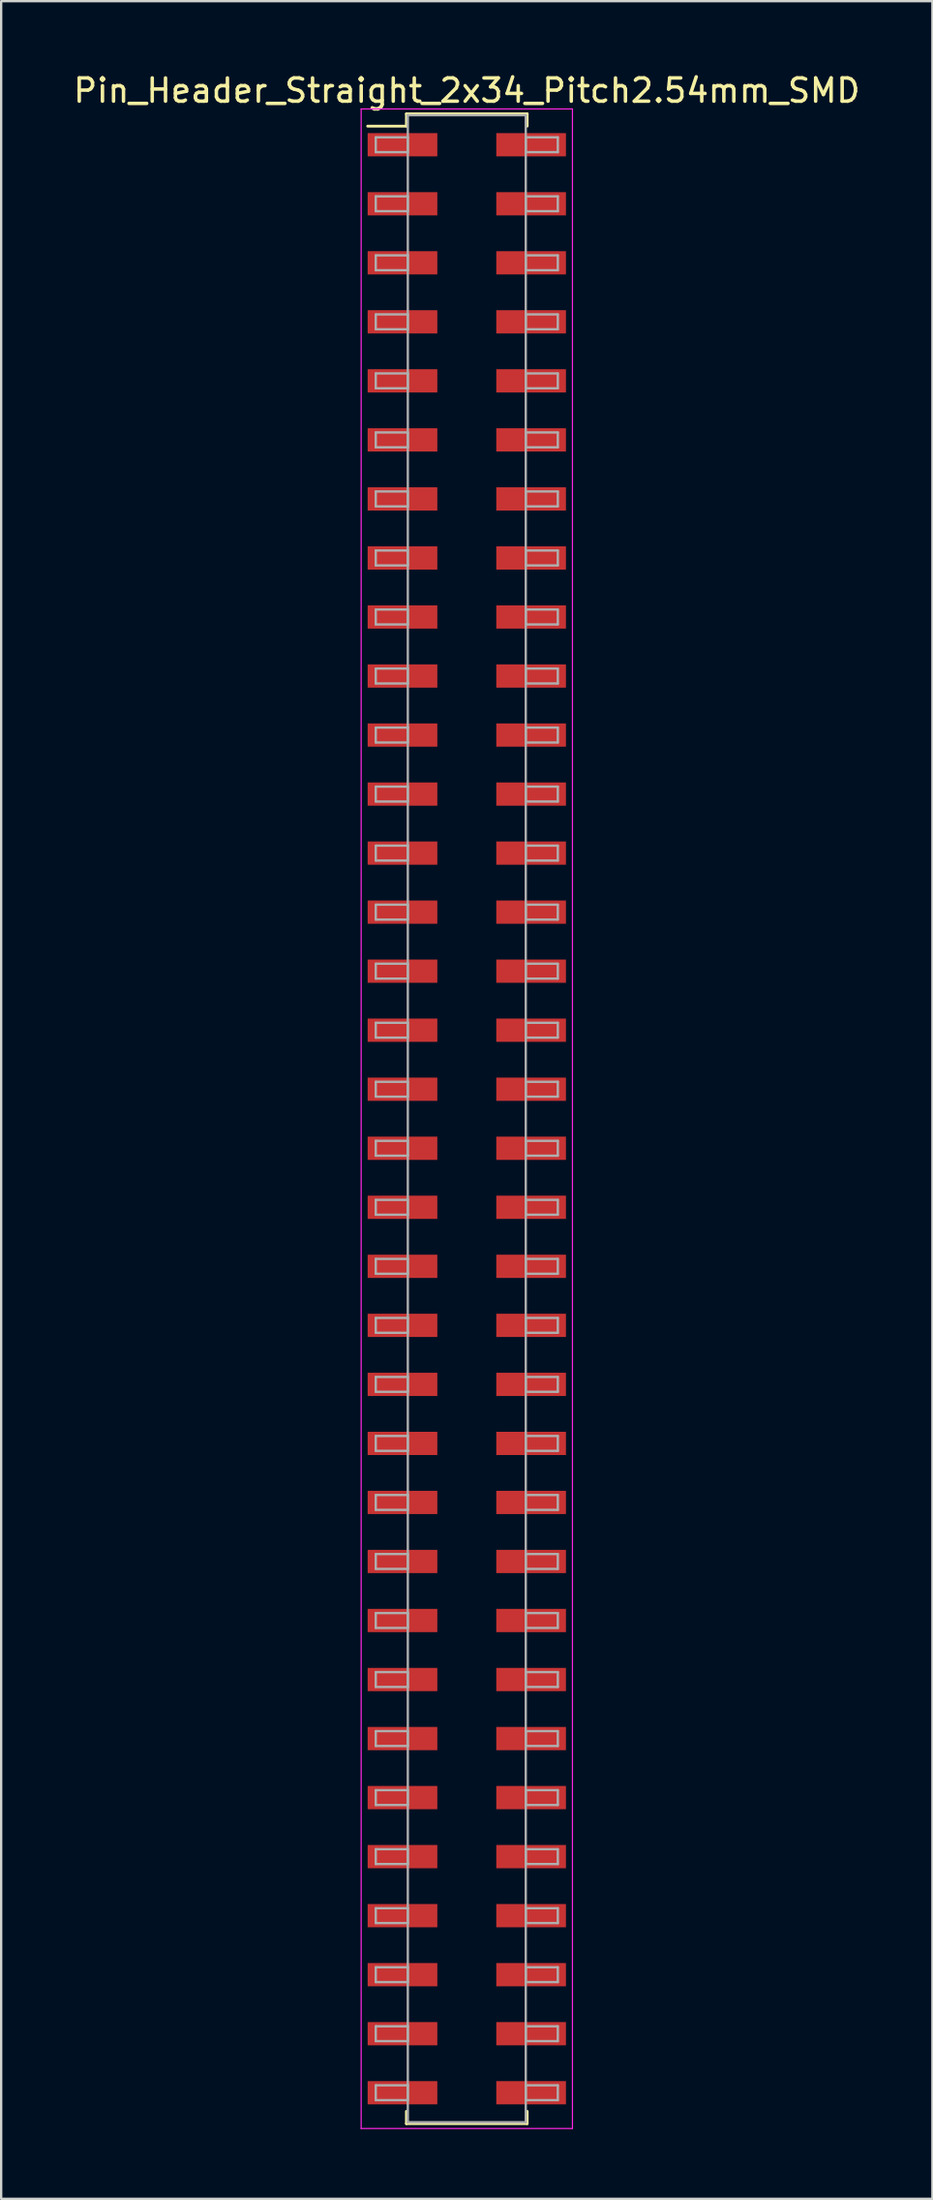
<source format=kicad_pcb>
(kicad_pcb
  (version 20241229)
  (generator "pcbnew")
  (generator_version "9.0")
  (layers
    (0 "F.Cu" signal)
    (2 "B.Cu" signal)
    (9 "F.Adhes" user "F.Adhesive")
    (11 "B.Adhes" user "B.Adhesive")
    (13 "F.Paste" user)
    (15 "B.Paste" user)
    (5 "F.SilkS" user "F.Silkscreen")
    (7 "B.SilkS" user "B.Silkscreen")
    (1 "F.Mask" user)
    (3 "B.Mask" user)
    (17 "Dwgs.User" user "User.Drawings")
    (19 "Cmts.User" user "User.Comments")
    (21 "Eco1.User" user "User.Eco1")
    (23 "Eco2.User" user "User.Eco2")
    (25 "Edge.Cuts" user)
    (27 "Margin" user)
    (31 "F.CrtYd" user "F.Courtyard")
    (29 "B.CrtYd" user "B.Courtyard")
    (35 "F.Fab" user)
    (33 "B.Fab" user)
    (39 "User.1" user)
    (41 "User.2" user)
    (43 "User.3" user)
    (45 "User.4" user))
  (footprint "Pin_Header_Straight_2x34_Pitch2.54mm_SMD"
    (layer "F.Cu")
    (at 17.054 45.088)
    (property "Reference" "Pin_Header_Straight_2x34_Pitch2.54mm_SMD" (at 0 -44.24 0) (layer "F.SilkS") (effects (font (size 1 1) (thickness 0.15))))
    (attr smd)
    (fp_line (start -4.27 -42.71) (end -2.6 -42.71) (stroke (width 0.12) (type solid)) (layer "F.SilkS"))
    (fp_line (start -2.6 -43.24) (end 2.6 -43.24) (stroke (width 0.12) (type solid)) (layer "F.SilkS"))
    (fp_line (start -2.6 -42.71) (end -2.6 -43.24) (stroke (width 0.12) (type solid)) (layer "F.SilkS"))
    (fp_line (start -2.6 42.71) (end -2.6 43.24) (stroke (width 0.12) (type solid)) (layer "F.SilkS"))
    (fp_line (start -2.6 43.24) (end 2.6 43.24) (stroke (width 0.12) (type solid)) (layer "F.SilkS"))
    (fp_line (start 2.6 -43.24) (end 2.6 -42.71) (stroke (width 0.12) (type solid)) (layer "F.SilkS"))
    (fp_line (start 2.6 43.24) (end 2.6 42.71) (stroke (width 0.12) (type solid)) (layer "F.SilkS"))
    (fp_line (start -4.55 -43.45) (end -4.55 43.45) (stroke (width 0.05) (type solid)) (layer "F.CrtYd"))
    (fp_line (start -4.55 43.45) (end 4.55 43.45) (stroke (width 0.05) (type solid)) (layer "F.CrtYd"))
    (fp_line (start 4.55 -43.45) (end -4.55 -43.45) (stroke (width 0.05) (type solid)) (layer "F.CrtYd"))
    (fp_line (start 4.55 43.45) (end 4.55 -43.45) (stroke (width 0.05) (type solid)) (layer "F.CrtYd"))
    (fp_line (start -3.92 -42.23) (end -2.54 -42.23) (stroke (width 0.1) (type solid)) (layer "F.Fab"))
    (fp_line (start -3.92 -41.59) (end -3.92 -42.23) (stroke (width 0.1) (type solid)) (layer "F.Fab"))
    (fp_line (start -3.92 -39.69) (end -2.54 -39.69) (stroke (width 0.1) (type solid)) (layer "F.Fab"))
    (fp_line (start -3.92 -39.05) (end -3.92 -39.69) (stroke (width 0.1) (type solid)) (layer "F.Fab"))
    (fp_line (start -3.92 -37.15) (end -2.54 -37.15) (stroke (width 0.1) (type solid)) (layer "F.Fab"))
    (fp_line (start -3.92 -36.51) (end -3.92 -37.15) (stroke (width 0.1) (type solid)) (layer "F.Fab"))
    (fp_line (start -3.92 -34.61) (end -2.54 -34.61) (stroke (width 0.1) (type solid)) (layer "F.Fab"))
    (fp_line (start -3.92 -33.97) (end -3.92 -34.61) (stroke (width 0.1) (type solid)) (layer "F.Fab"))
    (fp_line (start -3.92 -32.07) (end -2.54 -32.07) (stroke (width 0.1) (type solid)) (layer "F.Fab"))
    (fp_line (start -3.92 -31.43) (end -3.92 -32.07) (stroke (width 0.1) (type solid)) (layer "F.Fab"))
    (fp_line (start -3.92 -29.53) (end -2.54 -29.53) (stroke (width 0.1) (type solid)) (layer "F.Fab"))
    (fp_line (start -3.92 -28.89) (end -3.92 -29.53) (stroke (width 0.1) (type solid)) (layer "F.Fab"))
    (fp_line (start -3.92 -26.99) (end -2.54 -26.99) (stroke (width 0.1) (type solid)) (layer "F.Fab"))
    (fp_line (start -3.92 -26.35) (end -3.92 -26.99) (stroke (width 0.1) (type solid)) (layer "F.Fab"))
    (fp_line (start -3.92 -24.45) (end -2.54 -24.45) (stroke (width 0.1) (type solid)) (layer "F.Fab"))
    (fp_line (start -3.92 -23.81) (end -3.92 -24.45) (stroke (width 0.1) (type solid)) (layer "F.Fab"))
    (fp_line (start -3.92 -21.91) (end -2.54 -21.91) (stroke (width 0.1) (type solid)) (layer "F.Fab"))
    (fp_line (start -3.92 -21.27) (end -3.92 -21.91) (stroke (width 0.1) (type solid)) (layer "F.Fab"))
    (fp_line (start -3.92 -19.37) (end -2.54 -19.37) (stroke (width 0.1) (type solid)) (layer "F.Fab"))
    (fp_line (start -3.92 -18.73) (end -3.92 -19.37) (stroke (width 0.1) (type solid)) (layer "F.Fab"))
    (fp_line (start -3.92 -16.83) (end -2.54 -16.83) (stroke (width 0.1) (type solid)) (layer "F.Fab"))
    (fp_line (start -3.92 -16.19) (end -3.92 -16.83) (stroke (width 0.1) (type solid)) (layer "F.Fab"))
    (fp_line (start -3.92 -14.29) (end -2.54 -14.29) (stroke (width 0.1) (type solid)) (layer "F.Fab"))
    (fp_line (start -3.92 -13.65) (end -3.92 -14.29) (stroke (width 0.1) (type solid)) (layer "F.Fab"))
    (fp_line (start -3.92 -11.75) (end -2.54 -11.75) (stroke (width 0.1) (type solid)) (layer "F.Fab"))
    (fp_line (start -3.92 -11.11) (end -3.92 -11.75) (stroke (width 0.1) (type solid)) (layer "F.Fab"))
    (fp_line (start -3.92 -9.21) (end -2.54 -9.21) (stroke (width 0.1) (type solid)) (layer "F.Fab"))
    (fp_line (start -3.92 -8.57) (end -3.92 -9.21) (stroke (width 0.1) (type solid)) (layer "F.Fab"))
    (fp_line (start -3.92 -6.67) (end -2.54 -6.67) (stroke (width 0.1) (type solid)) (layer "F.Fab"))
    (fp_line (start -3.92 -6.03) (end -3.92 -6.67) (stroke (width 0.1) (type solid)) (layer "F.Fab"))
    (fp_line (start -3.92 -4.13) (end -2.54 -4.13) (stroke (width 0.1) (type solid)) (layer "F.Fab"))
    (fp_line (start -3.92 -3.49) (end -3.92 -4.13) (stroke (width 0.1) (type solid)) (layer "F.Fab"))
    (fp_line (start -3.92 -1.59) (end -2.54 -1.59) (stroke (width 0.1) (type solid)) (layer "F.Fab"))
    (fp_line (start -3.92 -0.95) (end -3.92 -1.59) (stroke (width 0.1) (type solid)) (layer "F.Fab"))
    (fp_line (start -3.92 0.95) (end -2.54 0.95) (stroke (width 0.1) (type solid)) (layer "F.Fab"))
    (fp_line (start -3.92 1.59) (end -3.92 0.95) (stroke (width 0.1) (type solid)) (layer "F.Fab"))
    (fp_line (start -3.92 3.49) (end -2.54 3.49) (stroke (width 0.1) (type solid)) (layer "F.Fab"))
    (fp_line (start -3.92 4.13) (end -3.92 3.49) (stroke (width 0.1) (type solid)) (layer "F.Fab"))
    (fp_line (start -3.92 6.03) (end -2.54 6.03) (stroke (width 0.1) (type solid)) (layer "F.Fab"))
    (fp_line (start -3.92 6.67) (end -3.92 6.03) (stroke (width 0.1) (type solid)) (layer "F.Fab"))
    (fp_line (start -3.92 8.57) (end -2.54 8.57) (stroke (width 0.1) (type solid)) (layer "F.Fab"))
    (fp_line (start -3.92 9.21) (end -3.92 8.57) (stroke (width 0.1) (type solid)) (layer "F.Fab"))
    (fp_line (start -3.92 11.11) (end -2.54 11.11) (stroke (width 0.1) (type solid)) (layer "F.Fab"))
    (fp_line (start -3.92 11.75) (end -3.92 11.11) (stroke (width 0.1) (type solid)) (layer "F.Fab"))
    (fp_line (start -3.92 13.65) (end -2.54 13.65) (stroke (width 0.1) (type solid)) (layer "F.Fab"))
    (fp_line (start -3.92 14.29) (end -3.92 13.65) (stroke (width 0.1) (type solid)) (layer "F.Fab"))
    (fp_line (start -3.92 16.19) (end -2.54 16.19) (stroke (width 0.1) (type solid)) (layer "F.Fab"))
    (fp_line (start -3.92 16.83) (end -3.92 16.19) (stroke (width 0.1) (type solid)) (layer "F.Fab"))
    (fp_line (start -3.92 18.73) (end -2.54 18.73) (stroke (width 0.1) (type solid)) (layer "F.Fab"))
    (fp_line (start -3.92 19.37) (end -3.92 18.73) (stroke (width 0.1) (type solid)) (layer "F.Fab"))
    (fp_line (start -3.92 21.27) (end -2.54 21.27) (stroke (width 0.1) (type solid)) (layer "F.Fab"))
    (fp_line (start -3.92 21.91) (end -3.92 21.27) (stroke (width 0.1) (type solid)) (layer "F.Fab"))
    (fp_line (start -3.92 23.81) (end -2.54 23.81) (stroke (width 0.1) (type solid)) (layer "F.Fab"))
    (fp_line (start -3.92 24.45) (end -3.92 23.81) (stroke (width 0.1) (type solid)) (layer "F.Fab"))
    (fp_line (start -3.92 26.35) (end -2.54 26.35) (stroke (width 0.1) (type solid)) (layer "F.Fab"))
    (fp_line (start -3.92 26.99) (end -3.92 26.35) (stroke (width 0.1) (type solid)) (layer "F.Fab"))
    (fp_line (start -3.92 28.89) (end -2.54 28.89) (stroke (width 0.1) (type solid)) (layer "F.Fab"))
    (fp_line (start -3.92 29.53) (end -3.92 28.89) (stroke (width 0.1) (type solid)) (layer "F.Fab"))
    (fp_line (start -3.92 31.43) (end -2.54 31.43) (stroke (width 0.1) (type solid)) (layer "F.Fab"))
    (fp_line (start -3.92 32.07) (end -3.92 31.43) (stroke (width 0.1) (type solid)) (layer "F.Fab"))
    (fp_line (start -3.92 33.97) (end -2.54 33.97) (stroke (width 0.1) (type solid)) (layer "F.Fab"))
    (fp_line (start -3.92 34.61) (end -3.92 33.97) (stroke (width 0.1) (type solid)) (layer "F.Fab"))
    (fp_line (start -3.92 36.51) (end -2.54 36.51) (stroke (width 0.1) (type solid)) (layer "F.Fab"))
    (fp_line (start -3.92 37.15) (end -3.92 36.51) (stroke (width 0.1) (type solid)) (layer "F.Fab"))
    (fp_line (start -3.92 39.05) (end -2.54 39.05) (stroke (width 0.1) (type solid)) (layer "F.Fab"))
    (fp_line (start -3.92 39.69) (end -3.92 39.05) (stroke (width 0.1) (type solid)) (layer "F.Fab"))
    (fp_line (start -3.92 41.59) (end -2.54 41.59) (stroke (width 0.1) (type solid)) (layer "F.Fab"))
    (fp_line (start -3.92 42.23) (end -3.92 41.59) (stroke (width 0.1) (type solid)) (layer "F.Fab"))
    (fp_line (start -2.54 -43.18) (end -2.54 43.18) (stroke (width 0.1) (type solid)) (layer "F.Fab"))
    (fp_line (start -2.54 -42.23) (end -2.54 -41.59) (stroke (width 0.1) (type solid)) (layer "F.Fab"))
    (fp_line (start -2.54 -41.59) (end -3.92 -41.59) (stroke (width 0.1) (type solid)) (layer "F.Fab"))
    (fp_line (start -2.54 -39.69) (end -2.54 -39.05) (stroke (width 0.1) (type solid)) (layer "F.Fab"))
    (fp_line (start -2.54 -39.05) (end -3.92 -39.05) (stroke (width 0.1) (type solid)) (layer "F.Fab"))
    (fp_line (start -2.54 -37.15) (end -2.54 -36.51) (stroke (width 0.1) (type solid)) (layer "F.Fab"))
    (fp_line (start -2.54 -36.51) (end -3.92 -36.51) (stroke (width 0.1) (type solid)) (layer "F.Fab"))
    (fp_line (start -2.54 -34.61) (end -2.54 -33.97) (stroke (width 0.1) (type solid)) (layer "F.Fab"))
    (fp_line (start -2.54 -33.97) (end -3.92 -33.97) (stroke (width 0.1) (type solid)) (layer "F.Fab"))
    (fp_line (start -2.54 -32.07) (end -2.54 -31.43) (stroke (width 0.1) (type solid)) (layer "F.Fab"))
    (fp_line (start -2.54 -31.43) (end -3.92 -31.43) (stroke (width 0.1) (type solid)) (layer "F.Fab"))
    (fp_line (start -2.54 -29.53) (end -2.54 -28.89) (stroke (width 0.1) (type solid)) (layer "F.Fab"))
    (fp_line (start -2.54 -28.89) (end -3.92 -28.89) (stroke (width 0.1) (type solid)) (layer "F.Fab"))
    (fp_line (start -2.54 -26.99) (end -2.54 -26.35) (stroke (width 0.1) (type solid)) (layer "F.Fab"))
    (fp_line (start -2.54 -26.35) (end -3.92 -26.35) (stroke (width 0.1) (type solid)) (layer "F.Fab"))
    (fp_line (start -2.54 -24.45) (end -2.54 -23.81) (stroke (width 0.1) (type solid)) (layer "F.Fab"))
    (fp_line (start -2.54 -23.81) (end -3.92 -23.81) (stroke (width 0.1) (type solid)) (layer "F.Fab"))
    (fp_line (start -2.54 -21.91) (end -2.54 -21.27) (stroke (width 0.1) (type solid)) (layer "F.Fab"))
    (fp_line (start -2.54 -21.27) (end -3.92 -21.27) (stroke (width 0.1) (type solid)) (layer "F.Fab"))
    (fp_line (start -2.54 -19.37) (end -2.54 -18.73) (stroke (width 0.1) (type solid)) (layer "F.Fab"))
    (fp_line (start -2.54 -18.73) (end -3.92 -18.73) (stroke (width 0.1) (type solid)) (layer "F.Fab"))
    (fp_line (start -2.54 -16.83) (end -2.54 -16.19) (stroke (width 0.1) (type solid)) (layer "F.Fab"))
    (fp_line (start -2.54 -16.19) (end -3.92 -16.19) (stroke (width 0.1) (type solid)) (layer "F.Fab"))
    (fp_line (start -2.54 -14.29) (end -2.54 -13.65) (stroke (width 0.1) (type solid)) (layer "F.Fab"))
    (fp_line (start -2.54 -13.65) (end -3.92 -13.65) (stroke (width 0.1) (type solid)) (layer "F.Fab"))
    (fp_line (start -2.54 -11.75) (end -2.54 -11.11) (stroke (width 0.1) (type solid)) (layer "F.Fab"))
    (fp_line (start -2.54 -11.11) (end -3.92 -11.11) (stroke (width 0.1) (type solid)) (layer "F.Fab"))
    (fp_line (start -2.54 -9.21) (end -2.54 -8.57) (stroke (width 0.1) (type solid)) (layer "F.Fab"))
    (fp_line (start -2.54 -8.57) (end -3.92 -8.57) (stroke (width 0.1) (type solid)) (layer "F.Fab"))
    (fp_line (start -2.54 -6.67) (end -2.54 -6.03) (stroke (width 0.1) (type solid)) (layer "F.Fab"))
    (fp_line (start -2.54 -6.03) (end -3.92 -6.03) (stroke (width 0.1) (type solid)) (layer "F.Fab"))
    (fp_line (start -2.54 -4.13) (end -2.54 -3.49) (stroke (width 0.1) (type solid)) (layer "F.Fab"))
    (fp_line (start -2.54 -3.49) (end -3.92 -3.49) (stroke (width 0.1) (type solid)) (layer "F.Fab"))
    (fp_line (start -2.54 -1.59) (end -2.54 -0.95) (stroke (width 0.1) (type solid)) (layer "F.Fab"))
    (fp_line (start -2.54 -0.95) (end -3.92 -0.95) (stroke (width 0.1) (type solid)) (layer "F.Fab"))
    (fp_line (start -2.54 0.95) (end -2.54 1.59) (stroke (width 0.1) (type solid)) (layer "F.Fab"))
    (fp_line (start -2.54 1.59) (end -3.92 1.59) (stroke (width 0.1) (type solid)) (layer "F.Fab"))
    (fp_line (start -2.54 3.49) (end -2.54 4.13) (stroke (width 0.1) (type solid)) (layer "F.Fab"))
    (fp_line (start -2.54 4.13) (end -3.92 4.13) (stroke (width 0.1) (type solid)) (layer "F.Fab"))
    (fp_line (start -2.54 6.03) (end -2.54 6.67) (stroke (width 0.1) (type solid)) (layer "F.Fab"))
    (fp_line (start -2.54 6.67) (end -3.92 6.67) (stroke (width 0.1) (type solid)) (layer "F.Fab"))
    (fp_line (start -2.54 8.57) (end -2.54 9.21) (stroke (width 0.1) (type solid)) (layer "F.Fab"))
    (fp_line (start -2.54 9.21) (end -3.92 9.21) (stroke (width 0.1) (type solid)) (layer "F.Fab"))
    (fp_line (start -2.54 11.11) (end -2.54 11.75) (stroke (width 0.1) (type solid)) (layer "F.Fab"))
    (fp_line (start -2.54 11.75) (end -3.92 11.75) (stroke (width 0.1) (type solid)) (layer "F.Fab"))
    (fp_line (start -2.54 13.65) (end -2.54 14.29) (stroke (width 0.1) (type solid)) (layer "F.Fab"))
    (fp_line (start -2.54 14.29) (end -3.92 14.29) (stroke (width 0.1) (type solid)) (layer "F.Fab"))
    (fp_line (start -2.54 16.19) (end -2.54 16.83) (stroke (width 0.1) (type solid)) (layer "F.Fab"))
    (fp_line (start -2.54 16.83) (end -3.92 16.83) (stroke (width 0.1) (type solid)) (layer "F.Fab"))
    (fp_line (start -2.54 18.73) (end -2.54 19.37) (stroke (width 0.1) (type solid)) (layer "F.Fab"))
    (fp_line (start -2.54 19.37) (end -3.92 19.37) (stroke (width 0.1) (type solid)) (layer "F.Fab"))
    (fp_line (start -2.54 21.27) (end -2.54 21.91) (stroke (width 0.1) (type solid)) (layer "F.Fab"))
    (fp_line (start -2.54 21.91) (end -3.92 21.91) (stroke (width 0.1) (type solid)) (layer "F.Fab"))
    (fp_line (start -2.54 23.81) (end -2.54 24.45) (stroke (width 0.1) (type solid)) (layer "F.Fab"))
    (fp_line (start -2.54 24.45) (end -3.92 24.45) (stroke (width 0.1) (type solid)) (layer "F.Fab"))
    (fp_line (start -2.54 26.35) (end -2.54 26.99) (stroke (width 0.1) (type solid)) (layer "F.Fab"))
    (fp_line (start -2.54 26.99) (end -3.92 26.99) (stroke (width 0.1) (type solid)) (layer "F.Fab"))
    (fp_line (start -2.54 28.89) (end -2.54 29.53) (stroke (width 0.1) (type solid)) (layer "F.Fab"))
    (fp_line (start -2.54 29.53) (end -3.92 29.53) (stroke (width 0.1) (type solid)) (layer "F.Fab"))
    (fp_line (start -2.54 31.43) (end -2.54 32.07) (stroke (width 0.1) (type solid)) (layer "F.Fab"))
    (fp_line (start -2.54 32.07) (end -3.92 32.07) (stroke (width 0.1) (type solid)) (layer "F.Fab"))
    (fp_line (start -2.54 33.97) (end -2.54 34.61) (stroke (width 0.1) (type solid)) (layer "F.Fab"))
    (fp_line (start -2.54 34.61) (end -3.92 34.61) (stroke (width 0.1) (type solid)) (layer "F.Fab"))
    (fp_line (start -2.54 36.51) (end -2.54 37.15) (stroke (width 0.1) (type solid)) (layer "F.Fab"))
    (fp_line (start -2.54 37.15) (end -3.92 37.15) (stroke (width 0.1) (type solid)) (layer "F.Fab"))
    (fp_line (start -2.54 39.05) (end -2.54 39.69) (stroke (width 0.1) (type solid)) (layer "F.Fab"))
    (fp_line (start -2.54 39.69) (end -3.92 39.69) (stroke (width 0.1) (type solid)) (layer "F.Fab"))
    (fp_line (start -2.54 41.59) (end -2.54 42.23) (stroke (width 0.1) (type solid)) (layer "F.Fab"))
    (fp_line (start -2.54 42.23) (end -3.92 42.23) (stroke (width 0.1) (type solid)) (layer "F.Fab"))
    (fp_line (start -2.54 43.18) (end 2.54 43.18) (stroke (width 0.1) (type solid)) (layer "F.Fab"))
    (fp_line (start 2.54 -43.18) (end -2.54 -43.18) (stroke (width 0.1) (type solid)) (layer "F.Fab"))
    (fp_line (start 2.54 -42.23) (end 2.54 -41.59) (stroke (width 0.1) (type solid)) (layer "F.Fab"))
    (fp_line (start 2.54 -41.59) (end 3.92 -41.59) (stroke (width 0.1) (type solid)) (layer "F.Fab"))
    (fp_line (start 2.54 -39.69) (end 2.54 -39.05) (stroke (width 0.1) (type solid)) (layer "F.Fab"))
    (fp_line (start 2.54 -39.05) (end 3.92 -39.05) (stroke (width 0.1) (type solid)) (layer "F.Fab"))
    (fp_line (start 2.54 -37.15) (end 2.54 -36.51) (stroke (width 0.1) (type solid)) (layer "F.Fab"))
    (fp_line (start 2.54 -36.51) (end 3.92 -36.51) (stroke (width 0.1) (type solid)) (layer "F.Fab"))
    (fp_line (start 2.54 -34.61) (end 2.54 -33.97) (stroke (width 0.1) (type solid)) (layer "F.Fab"))
    (fp_line (start 2.54 -33.97) (end 3.92 -33.97) (stroke (width 0.1) (type solid)) (layer "F.Fab"))
    (fp_line (start 2.54 -32.07) (end 2.54 -31.43) (stroke (width 0.1) (type solid)) (layer "F.Fab"))
    (fp_line (start 2.54 -31.43) (end 3.92 -31.43) (stroke (width 0.1) (type solid)) (layer "F.Fab"))
    (fp_line (start 2.54 -29.53) (end 2.54 -28.89) (stroke (width 0.1) (type solid)) (layer "F.Fab"))
    (fp_line (start 2.54 -28.89) (end 3.92 -28.89) (stroke (width 0.1) (type solid)) (layer "F.Fab"))
    (fp_line (start 2.54 -26.99) (end 2.54 -26.35) (stroke (width 0.1) (type solid)) (layer "F.Fab"))
    (fp_line (start 2.54 -26.35) (end 3.92 -26.35) (stroke (width 0.1) (type solid)) (layer "F.Fab"))
    (fp_line (start 2.54 -24.45) (end 2.54 -23.81) (stroke (width 0.1) (type solid)) (layer "F.Fab"))
    (fp_line (start 2.54 -23.81) (end 3.92 -23.81) (stroke (width 0.1) (type solid)) (layer "F.Fab"))
    (fp_line (start 2.54 -21.91) (end 2.54 -21.27) (stroke (width 0.1) (type solid)) (layer "F.Fab"))
    (fp_line (start 2.54 -21.27) (end 3.92 -21.27) (stroke (width 0.1) (type solid)) (layer "F.Fab"))
    (fp_line (start 2.54 -19.37) (end 2.54 -18.73) (stroke (width 0.1) (type solid)) (layer "F.Fab"))
    (fp_line (start 2.54 -18.73) (end 3.92 -18.73) (stroke (width 0.1) (type solid)) (layer "F.Fab"))
    (fp_line (start 2.54 -16.83) (end 2.54 -16.19) (stroke (width 0.1) (type solid)) (layer "F.Fab"))
    (fp_line (start 2.54 -16.19) (end 3.92 -16.19) (stroke (width 0.1) (type solid)) (layer "F.Fab"))
    (fp_line (start 2.54 -14.29) (end 2.54 -13.65) (stroke (width 0.1) (type solid)) (layer "F.Fab"))
    (fp_line (start 2.54 -13.65) (end 3.92 -13.65) (stroke (width 0.1) (type solid)) (layer "F.Fab"))
    (fp_line (start 2.54 -11.75) (end 2.54 -11.11) (stroke (width 0.1) (type solid)) (layer "F.Fab"))
    (fp_line (start 2.54 -11.11) (end 3.92 -11.11) (stroke (width 0.1) (type solid)) (layer "F.Fab"))
    (fp_line (start 2.54 -9.21) (end 2.54 -8.57) (stroke (width 0.1) (type solid)) (layer "F.Fab"))
    (fp_line (start 2.54 -8.57) (end 3.92 -8.57) (stroke (width 0.1) (type solid)) (layer "F.Fab"))
    (fp_line (start 2.54 -6.67) (end 2.54 -6.03) (stroke (width 0.1) (type solid)) (layer "F.Fab"))
    (fp_line (start 2.54 -6.03) (end 3.92 -6.03) (stroke (width 0.1) (type solid)) (layer "F.Fab"))
    (fp_line (start 2.54 -4.13) (end 2.54 -3.49) (stroke (width 0.1) (type solid)) (layer "F.Fab"))
    (fp_line (start 2.54 -3.49) (end 3.92 -3.49) (stroke (width 0.1) (type solid)) (layer "F.Fab"))
    (fp_line (start 2.54 -1.59) (end 2.54 -0.95) (stroke (width 0.1) (type solid)) (layer "F.Fab"))
    (fp_line (start 2.54 -0.95) (end 3.92 -0.95) (stroke (width 0.1) (type solid)) (layer "F.Fab"))
    (fp_line (start 2.54 0.95) (end 2.54 1.59) (stroke (width 0.1) (type solid)) (layer "F.Fab"))
    (fp_line (start 2.54 1.59) (end 3.92 1.59) (stroke (width 0.1) (type solid)) (layer "F.Fab"))
    (fp_line (start 2.54 3.49) (end 2.54 4.13) (stroke (width 0.1) (type solid)) (layer "F.Fab"))
    (fp_line (start 2.54 4.13) (end 3.92 4.13) (stroke (width 0.1) (type solid)) (layer "F.Fab"))
    (fp_line (start 2.54 6.03) (end 2.54 6.67) (stroke (width 0.1) (type solid)) (layer "F.Fab"))
    (fp_line (start 2.54 6.67) (end 3.92 6.67) (stroke (width 0.1) (type solid)) (layer "F.Fab"))
    (fp_line (start 2.54 8.57) (end 2.54 9.21) (stroke (width 0.1) (type solid)) (layer "F.Fab"))
    (fp_line (start 2.54 9.21) (end 3.92 9.21) (stroke (width 0.1) (type solid)) (layer "F.Fab"))
    (fp_line (start 2.54 11.11) (end 2.54 11.75) (stroke (width 0.1) (type solid)) (layer "F.Fab"))
    (fp_line (start 2.54 11.75) (end 3.92 11.75) (stroke (width 0.1) (type solid)) (layer "F.Fab"))
    (fp_line (start 2.54 13.65) (end 2.54 14.29) (stroke (width 0.1) (type solid)) (layer "F.Fab"))
    (fp_line (start 2.54 14.29) (end 3.92 14.29) (stroke (width 0.1) (type solid)) (layer "F.Fab"))
    (fp_line (start 2.54 16.19) (end 2.54 16.83) (stroke (width 0.1) (type solid)) (layer "F.Fab"))
    (fp_line (start 2.54 16.83) (end 3.92 16.83) (stroke (width 0.1) (type solid)) (layer "F.Fab"))
    (fp_line (start 2.54 18.73) (end 2.54 19.37) (stroke (width 0.1) (type solid)) (layer "F.Fab"))
    (fp_line (start 2.54 19.37) (end 3.92 19.37) (stroke (width 0.1) (type solid)) (layer "F.Fab"))
    (fp_line (start 2.54 21.27) (end 2.54 21.91) (stroke (width 0.1) (type solid)) (layer "F.Fab"))
    (fp_line (start 2.54 21.91) (end 3.92 21.91) (stroke (width 0.1) (type solid)) (layer "F.Fab"))
    (fp_line (start 2.54 23.81) (end 2.54 24.45) (stroke (width 0.1) (type solid)) (layer "F.Fab"))
    (fp_line (start 2.54 24.45) (end 3.92 24.45) (stroke (width 0.1) (type solid)) (layer "F.Fab"))
    (fp_line (start 2.54 26.35) (end 2.54 26.99) (stroke (width 0.1) (type solid)) (layer "F.Fab"))
    (fp_line (start 2.54 26.99) (end 3.92 26.99) (stroke (width 0.1) (type solid)) (layer "F.Fab"))
    (fp_line (start 2.54 28.89) (end 2.54 29.53) (stroke (width 0.1) (type solid)) (layer "F.Fab"))
    (fp_line (start 2.54 29.53) (end 3.92 29.53) (stroke (width 0.1) (type solid)) (layer "F.Fab"))
    (fp_line (start 2.54 31.43) (end 2.54 32.07) (stroke (width 0.1) (type solid)) (layer "F.Fab"))
    (fp_line (start 2.54 32.07) (end 3.92 32.07) (stroke (width 0.1) (type solid)) (layer "F.Fab"))
    (fp_line (start 2.54 33.97) (end 2.54 34.61) (stroke (width 0.1) (type solid)) (layer "F.Fab"))
    (fp_line (start 2.54 34.61) (end 3.92 34.61) (stroke (width 0.1) (type solid)) (layer "F.Fab"))
    (fp_line (start 2.54 36.51) (end 2.54 37.15) (stroke (width 0.1) (type solid)) (layer "F.Fab"))
    (fp_line (start 2.54 37.15) (end 3.92 37.15) (stroke (width 0.1) (type solid)) (layer "F.Fab"))
    (fp_line (start 2.54 39.05) (end 2.54 39.69) (stroke (width 0.1) (type solid)) (layer "F.Fab"))
    (fp_line (start 2.54 39.69) (end 3.92 39.69) (stroke (width 0.1) (type solid)) (layer "F.Fab"))
    (fp_line (start 2.54 41.59) (end 2.54 42.23) (stroke (width 0.1) (type solid)) (layer "F.Fab"))
    (fp_line (start 2.54 42.23) (end 3.92 42.23) (stroke (width 0.1) (type solid)) (layer "F.Fab"))
    (fp_line (start 2.54 43.18) (end 2.54 -43.18) (stroke (width 0.1) (type solid)) (layer "F.Fab"))
    (fp_line (start 3.92 -42.23) (end 2.54 -42.23) (stroke (width 0.1) (type solid)) (layer "F.Fab"))
    (fp_line (start 3.92 -41.59) (end 3.92 -42.23) (stroke (width 0.1) (type solid)) (layer "F.Fab"))
    (fp_line (start 3.92 -39.69) (end 2.54 -39.69) (stroke (width 0.1) (type solid)) (layer "F.Fab"))
    (fp_line (start 3.92 -39.05) (end 3.92 -39.69) (stroke (width 0.1) (type solid)) (layer "F.Fab"))
    (fp_line (start 3.92 -37.15) (end 2.54 -37.15) (stroke (width 0.1) (type solid)) (layer "F.Fab"))
    (fp_line (start 3.92 -36.51) (end 3.92 -37.15) (stroke (width 0.1) (type solid)) (layer "F.Fab"))
    (fp_line (start 3.92 -34.61) (end 2.54 -34.61) (stroke (width 0.1) (type solid)) (layer "F.Fab"))
    (fp_line (start 3.92 -33.97) (end 3.92 -34.61) (stroke (width 0.1) (type solid)) (layer "F.Fab"))
    (fp_line (start 3.92 -32.07) (end 2.54 -32.07) (stroke (width 0.1) (type solid)) (layer "F.Fab"))
    (fp_line (start 3.92 -31.43) (end 3.92 -32.07) (stroke (width 0.1) (type solid)) (layer "F.Fab"))
    (fp_line (start 3.92 -29.53) (end 2.54 -29.53) (stroke (width 0.1) (type solid)) (layer "F.Fab"))
    (fp_line (start 3.92 -28.89) (end 3.92 -29.53) (stroke (width 0.1) (type solid)) (layer "F.Fab"))
    (fp_line (start 3.92 -26.99) (end 2.54 -26.99) (stroke (width 0.1) (type solid)) (layer "F.Fab"))
    (fp_line (start 3.92 -26.35) (end 3.92 -26.99) (stroke (width 0.1) (type solid)) (layer "F.Fab"))
    (fp_line (start 3.92 -24.45) (end 2.54 -24.45) (stroke (width 0.1) (type solid)) (layer "F.Fab"))
    (fp_line (start 3.92 -23.81) (end 3.92 -24.45) (stroke (width 0.1) (type solid)) (layer "F.Fab"))
    (fp_line (start 3.92 -21.91) (end 2.54 -21.91) (stroke (width 0.1) (type solid)) (layer "F.Fab"))
    (fp_line (start 3.92 -21.27) (end 3.92 -21.91) (stroke (width 0.1) (type solid)) (layer "F.Fab"))
    (fp_line (start 3.92 -19.37) (end 2.54 -19.37) (stroke (width 0.1) (type solid)) (layer "F.Fab"))
    (fp_line (start 3.92 -18.73) (end 3.92 -19.37) (stroke (width 0.1) (type solid)) (layer "F.Fab"))
    (fp_line (start 3.92 -16.83) (end 2.54 -16.83) (stroke (width 0.1) (type solid)) (layer "F.Fab"))
    (fp_line (start 3.92 -16.19) (end 3.92 -16.83) (stroke (width 0.1) (type solid)) (layer "F.Fab"))
    (fp_line (start 3.92 -14.29) (end 2.54 -14.29) (stroke (width 0.1) (type solid)) (layer "F.Fab"))
    (fp_line (start 3.92 -13.65) (end 3.92 -14.29) (stroke (width 0.1) (type solid)) (layer "F.Fab"))
    (fp_line (start 3.92 -11.75) (end 2.54 -11.75) (stroke (width 0.1) (type solid)) (layer "F.Fab"))
    (fp_line (start 3.92 -11.11) (end 3.92 -11.75) (stroke (width 0.1) (type solid)) (layer "F.Fab"))
    (fp_line (start 3.92 -9.21) (end 2.54 -9.21) (stroke (width 0.1) (type solid)) (layer "F.Fab"))
    (fp_line (start 3.92 -8.57) (end 3.92 -9.21) (stroke (width 0.1) (type solid)) (layer "F.Fab"))
    (fp_line (start 3.92 -6.67) (end 2.54 -6.67) (stroke (width 0.1) (type solid)) (layer "F.Fab"))
    (fp_line (start 3.92 -6.03) (end 3.92 -6.67) (stroke (width 0.1) (type solid)) (layer "F.Fab"))
    (fp_line (start 3.92 -4.13) (end 2.54 -4.13) (stroke (width 0.1) (type solid)) (layer "F.Fab"))
    (fp_line (start 3.92 -3.49) (end 3.92 -4.13) (stroke (width 0.1) (type solid)) (layer "F.Fab"))
    (fp_line (start 3.92 -1.59) (end 2.54 -1.59) (stroke (width 0.1) (type solid)) (layer "F.Fab"))
    (fp_line (start 3.92 -0.95) (end 3.92 -1.59) (stroke (width 0.1) (type solid)) (layer "F.Fab"))
    (fp_line (start 3.92 0.95) (end 2.54 0.95) (stroke (width 0.1) (type solid)) (layer "F.Fab"))
    (fp_line (start 3.92 1.59) (end 3.92 0.95) (stroke (width 0.1) (type solid)) (layer "F.Fab"))
    (fp_line (start 3.92 3.49) (end 2.54 3.49) (stroke (width 0.1) (type solid)) (layer "F.Fab"))
    (fp_line (start 3.92 4.13) (end 3.92 3.49) (stroke (width 0.1) (type solid)) (layer "F.Fab"))
    (fp_line (start 3.92 6.03) (end 2.54 6.03) (stroke (width 0.1) (type solid)) (layer "F.Fab"))
    (fp_line (start 3.92 6.67) (end 3.92 6.03) (stroke (width 0.1) (type solid)) (layer "F.Fab"))
    (fp_line (start 3.92 8.57) (end 2.54 8.57) (stroke (width 0.1) (type solid)) (layer "F.Fab"))
    (fp_line (start 3.92 9.21) (end 3.92 8.57) (stroke (width 0.1) (type solid)) (layer "F.Fab"))
    (fp_line (start 3.92 11.11) (end 2.54 11.11) (stroke (width 0.1) (type solid)) (layer "F.Fab"))
    (fp_line (start 3.92 11.75) (end 3.92 11.11) (stroke (width 0.1) (type solid)) (layer "F.Fab"))
    (fp_line (start 3.92 13.65) (end 2.54 13.65) (stroke (width 0.1) (type solid)) (layer "F.Fab"))
    (fp_line (start 3.92 14.29) (end 3.92 13.65) (stroke (width 0.1) (type solid)) (layer "F.Fab"))
    (fp_line (start 3.92 16.19) (end 2.54 16.19) (stroke (width 0.1) (type solid)) (layer "F.Fab"))
    (fp_line (start 3.92 16.83) (end 3.92 16.19) (stroke (width 0.1) (type solid)) (layer "F.Fab"))
    (fp_line (start 3.92 18.73) (end 2.54 18.73) (stroke (width 0.1) (type solid)) (layer "F.Fab"))
    (fp_line (start 3.92 19.37) (end 3.92 18.73) (stroke (width 0.1) (type solid)) (layer "F.Fab"))
    (fp_line (start 3.92 21.27) (end 2.54 21.27) (stroke (width 0.1) (type solid)) (layer "F.Fab"))
    (fp_line (start 3.92 21.91) (end 3.92 21.27) (stroke (width 0.1) (type solid)) (layer "F.Fab"))
    (fp_line (start 3.92 23.81) (end 2.54 23.81) (stroke (width 0.1) (type solid)) (layer "F.Fab"))
    (fp_line (start 3.92 24.45) (end 3.92 23.81) (stroke (width 0.1) (type solid)) (layer "F.Fab"))
    (fp_line (start 3.92 26.35) (end 2.54 26.35) (stroke (width 0.1) (type solid)) (layer "F.Fab"))
    (fp_line (start 3.92 26.99) (end 3.92 26.35) (stroke (width 0.1) (type solid)) (layer "F.Fab"))
    (fp_line (start 3.92 28.89) (end 2.54 28.89) (stroke (width 0.1) (type solid)) (layer "F.Fab"))
    (fp_line (start 3.92 29.53) (end 3.92 28.89) (stroke (width 0.1) (type solid)) (layer "F.Fab"))
    (fp_line (start 3.92 31.43) (end 2.54 31.43) (stroke (width 0.1) (type solid)) (layer "F.Fab"))
    (fp_line (start 3.92 32.07) (end 3.92 31.43) (stroke (width 0.1) (type solid)) (layer "F.Fab"))
    (fp_line (start 3.92 33.97) (end 2.54 33.97) (stroke (width 0.1) (type solid)) (layer "F.Fab"))
    (fp_line (start 3.92 34.61) (end 3.92 33.97) (stroke (width 0.1) (type solid)) (layer "F.Fab"))
    (fp_line (start 3.92 36.51) (end 2.54 36.51) (stroke (width 0.1) (type solid)) (layer "F.Fab"))
    (fp_line (start 3.92 37.15) (end 3.92 36.51) (stroke (width 0.1) (type solid)) (layer "F.Fab"))
    (fp_line (start 3.92 39.05) (end 2.54 39.05) (stroke (width 0.1) (type solid)) (layer "F.Fab"))
    (fp_line (start 3.92 39.69) (end 3.92 39.05) (stroke (width 0.1) (type solid)) (layer "F.Fab"))
    (fp_line (start 3.92 41.59) (end 2.54 41.59) (stroke (width 0.1) (type solid)) (layer "F.Fab"))
    (fp_line (start 3.92 42.23) (end 3.92 41.59) (stroke (width 0.1) (type solid)) (layer "F.Fab"))
    (pad "1" smd rect (at -2.77 -41.91) (size 3 1) (layers "F.Cu" "F.Mask"))
    (pad "2" smd rect (at 2.77 -41.91) (size 3 1) (layers "F.Cu" "F.Mask"))
    (pad "3" smd rect (at -2.77 -39.37) (size 3 1) (layers "F.Cu" "F.Mask"))
    (pad "4" smd rect (at 2.77 -39.37) (size 3 1) (layers "F.Cu" "F.Mask"))
    (pad "5" smd rect (at -2.77 -36.83) (size 3 1) (layers "F.Cu" "F.Mask"))
    (pad "6" smd rect (at 2.77 -36.83) (size 3 1) (layers "F.Cu" "F.Mask"))
    (pad "7" smd rect (at -2.77 -34.29) (size 3 1) (layers "F.Cu" "F.Mask"))
    (pad "8" smd rect (at 2.77 -34.29) (size 3 1) (layers "F.Cu" "F.Mask"))
    (pad "9" smd rect (at -2.77 -31.75) (size 3 1) (layers "F.Cu" "F.Mask"))
    (pad "10" smd rect (at 2.77 -31.75) (size 3 1) (layers "F.Cu" "F.Mask"))
    (pad "11" smd rect (at -2.77 -29.21) (size 3 1) (layers "F.Cu" "F.Mask"))
    (pad "12" smd rect (at 2.77 -29.21) (size 3 1) (layers "F.Cu" "F.Mask"))
    (pad "13" smd rect (at -2.77 -26.67) (size 3 1) (layers "F.Cu" "F.Mask"))
    (pad "14" smd rect (at 2.77 -26.67) (size 3 1) (layers "F.Cu" "F.Mask"))
    (pad "15" smd rect (at -2.77 -24.13) (size 3 1) (layers "F.Cu" "F.Mask"))
    (pad "16" smd rect (at 2.77 -24.13) (size 3 1) (layers "F.Cu" "F.Mask"))
    (pad "17" smd rect (at -2.77 -21.59) (size 3 1) (layers "F.Cu" "F.Mask"))
    (pad "18" smd rect (at 2.77 -21.59) (size 3 1) (layers "F.Cu" "F.Mask"))
    (pad "19" smd rect (at -2.77 -19.05) (size 3 1) (layers "F.Cu" "F.Mask"))
    (pad "20" smd rect (at 2.77 -19.05) (size 3 1) (layers "F.Cu" "F.Mask"))
    (pad "21" smd rect (at -2.77 -16.51) (size 3 1) (layers "F.Cu" "F.Mask"))
    (pad "22" smd rect (at 2.77 -16.51) (size 3 1) (layers "F.Cu" "F.Mask"))
    (pad "23" smd rect (at -2.77 -13.97) (size 3 1) (layers "F.Cu" "F.Mask"))
    (pad "24" smd rect (at 2.77 -13.97) (size 3 1) (layers "F.Cu" "F.Mask"))
    (pad "25" smd rect (at -2.77 -11.43) (size 3 1) (layers "F.Cu" "F.Mask"))
    (pad "26" smd rect (at 2.77 -11.43) (size 3 1) (layers "F.Cu" "F.Mask"))
    (pad "27" smd rect (at -2.77 -8.89) (size 3 1) (layers "F.Cu" "F.Mask"))
    (pad "28" smd rect (at 2.77 -8.89) (size 3 1) (layers "F.Cu" "F.Mask"))
    (pad "29" smd rect (at -2.77 -6.35) (size 3 1) (layers "F.Cu" "F.Mask"))
    (pad "30" smd rect (at 2.77 -6.35) (size 3 1) (layers "F.Cu" "F.Mask"))
    (pad "31" smd rect (at -2.77 -3.81) (size 3 1) (layers "F.Cu" "F.Mask"))
    (pad "32" smd rect (at 2.77 -3.81) (size 3 1) (layers "F.Cu" "F.Mask"))
    (pad "33" smd rect (at -2.77 -1.27) (size 3 1) (layers "F.Cu" "F.Mask"))
    (pad "34" smd rect (at 2.77 -1.27) (size 3 1) (layers "F.Cu" "F.Mask"))
    (pad "35" smd rect (at -2.77 1.27) (size 3 1) (layers "F.Cu" "F.Mask"))
    (pad "36" smd rect (at 2.77 1.27) (size 3 1) (layers "F.Cu" "F.Mask"))
    (pad "37" smd rect (at -2.77 3.81) (size 3 1) (layers "F.Cu" "F.Mask"))
    (pad "38" smd rect (at 2.77 3.81) (size 3 1) (layers "F.Cu" "F.Mask"))
    (pad "39" smd rect (at -2.77 6.35) (size 3 1) (layers "F.Cu" "F.Mask"))
    (pad "40" smd rect (at 2.77 6.35) (size 3 1) (layers "F.Cu" "F.Mask"))
    (pad "41" smd rect (at -2.77 8.89) (size 3 1) (layers "F.Cu" "F.Mask"))
    (pad "42" smd rect (at 2.77 8.89) (size 3 1) (layers "F.Cu" "F.Mask"))
    (pad "43" smd rect (at -2.77 11.43) (size 3 1) (layers "F.Cu" "F.Mask"))
    (pad "44" smd rect (at 2.77 11.43) (size 3 1) (layers "F.Cu" "F.Mask"))
    (pad "45" smd rect (at -2.77 13.97) (size 3 1) (layers "F.Cu" "F.Mask"))
    (pad "46" smd rect (at 2.77 13.97) (size 3 1) (layers "F.Cu" "F.Mask"))
    (pad "47" smd rect (at -2.77 16.51) (size 3 1) (layers "F.Cu" "F.Mask"))
    (pad "48" smd rect (at 2.77 16.51) (size 3 1) (layers "F.Cu" "F.Mask"))
    (pad "49" smd rect (at -2.77 19.05) (size 3 1) (layers "F.Cu" "F.Mask"))
    (pad "50" smd rect (at 2.77 19.05) (size 3 1) (layers "F.Cu" "F.Mask"))
    (pad "51" smd rect (at -2.77 21.59) (size 3 1) (layers "F.Cu" "F.Mask"))
    (pad "52" smd rect (at 2.77 21.59) (size 3 1) (layers "F.Cu" "F.Mask"))
    (pad "53" smd rect (at -2.77 24.13) (size 3 1) (layers "F.Cu" "F.Mask"))
    (pad "54" smd rect (at 2.77 24.13) (size 3 1) (layers "F.Cu" "F.Mask"))
    (pad "55" smd rect (at -2.77 26.67) (size 3 1) (layers "F.Cu" "F.Mask"))
    (pad "56" smd rect (at 2.77 26.67) (size 3 1) (layers "F.Cu" "F.Mask"))
    (pad "57" smd rect (at -2.77 29.21) (size 3 1) (layers "F.Cu" "F.Mask"))
    (pad "58" smd rect (at 2.77 29.21) (size 3 1) (layers "F.Cu" "F.Mask"))
    (pad "59" smd rect (at -2.77 31.75) (size 3 1) (layers "F.Cu" "F.Mask"))
    (pad "60" smd rect (at 2.77 31.75) (size 3 1) (layers "F.Cu" "F.Mask"))
    (pad "61" smd rect (at -2.77 34.29) (size 3 1) (layers "F.Cu" "F.Mask"))
    (pad "62" smd rect (at 2.77 34.29) (size 3 1) (layers "F.Cu" "F.Mask"))
    (pad "63" smd rect (at -2.77 36.83) (size 3 1) (layers "F.Cu" "F.Mask"))
    (pad "64" smd rect (at 2.77 36.83) (size 3 1) (layers "F.Cu" "F.Mask"))
    (pad "65" smd rect (at -2.77 39.37) (size 3 1) (layers "F.Cu" "F.Mask"))
    (pad "66" smd rect (at 2.77 39.37) (size 3 1) (layers "F.Cu" "F.Mask"))
    (pad "67" smd rect (at -2.77 41.91) (size 3 1) (layers "F.Cu" "F.Mask"))
    (pad "68" smd rect (at 2.77 41.91) (size 3 1) (layers "F.Cu" "F.Mask")))
  (gr_rect
    (start -3 -3)
    (end 37.107 91.563)
    (stroke (width 0.1) (type default))
    (fill no)
    (layer "Edge.Cuts")))
</source>
